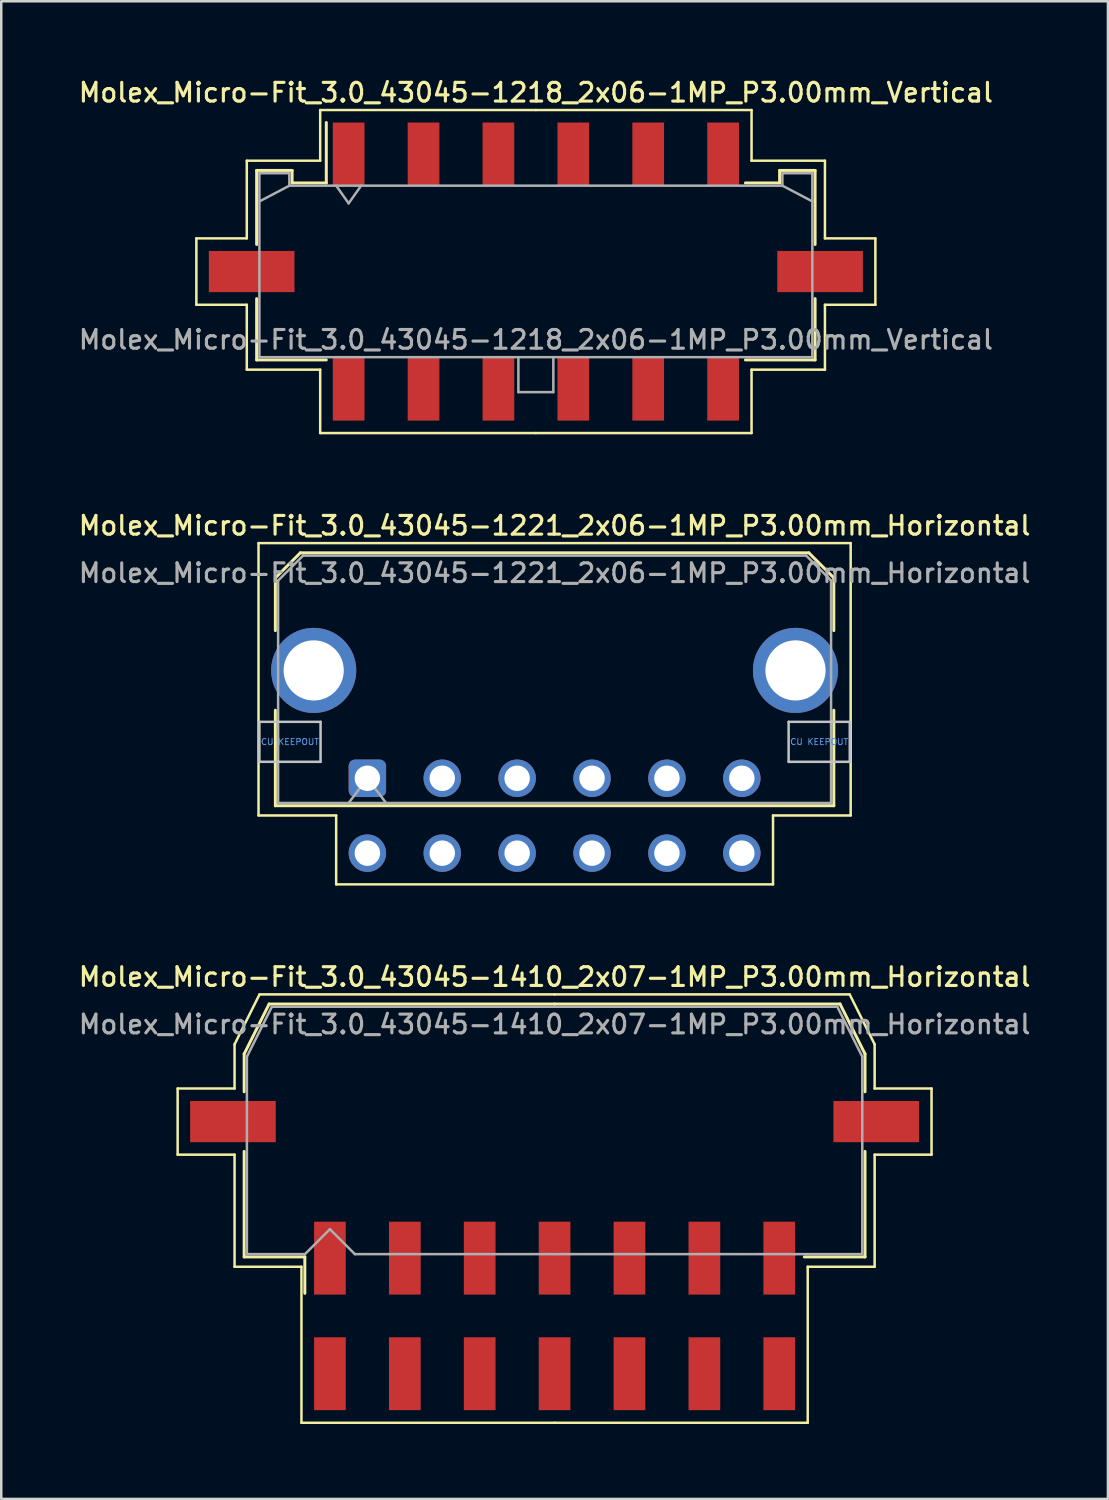
<source format=kicad_pcb>
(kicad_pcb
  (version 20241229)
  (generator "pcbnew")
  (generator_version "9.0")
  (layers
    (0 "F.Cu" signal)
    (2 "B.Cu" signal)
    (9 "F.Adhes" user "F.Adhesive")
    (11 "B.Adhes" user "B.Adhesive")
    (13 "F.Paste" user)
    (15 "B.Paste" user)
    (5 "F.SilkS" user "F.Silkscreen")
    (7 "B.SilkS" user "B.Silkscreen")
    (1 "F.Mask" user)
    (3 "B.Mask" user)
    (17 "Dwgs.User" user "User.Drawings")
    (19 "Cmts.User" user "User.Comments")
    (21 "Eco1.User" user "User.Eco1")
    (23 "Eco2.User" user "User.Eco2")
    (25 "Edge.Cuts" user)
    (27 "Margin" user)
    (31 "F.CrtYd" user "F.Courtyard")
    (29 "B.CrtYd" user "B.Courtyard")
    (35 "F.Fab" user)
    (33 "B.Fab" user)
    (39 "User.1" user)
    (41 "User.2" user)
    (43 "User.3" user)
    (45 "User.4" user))
  (footprint "Molex_Micro-Fit_3.0_43045-1221_2x06-1MP_P3.00mm_Horizontal"
    (layer "F.Cu")
    (at 11.666 28.126)
    (property "Reference" "Molex_Micro-Fit_3.0_43045-1221_2x06-1MP_P3.00mm_Horizontal" (at 7.5 -10.12 0) (layer "F.SilkS") (effects (font (size 0.75 0.75) (thickness 0.125))))
    (attr through_hole)
    (fp_line (start -4.36 -9.42) (end 19.36 -9.42) (stroke (width 0.1) (type solid)) (layer "F.SilkS"))
    (fp_line (start -4.36 1.49) (end -4.36 -9.42) (stroke (width 0.1) (type solid)) (layer "F.SilkS"))
    (fp_line (start -3.685 -8.03) (end -2.685 -9.03) (stroke (width 0.12) (type solid)) (layer "F.SilkS"))
    (fp_line (start -3.685 -5.915) (end -3.685 -8.03) (stroke (width 0.12) (type solid)) (layer "F.SilkS"))
    (fp_line (start -3.685 -2.725) (end -3.685 1.1) (stroke (width 0.12) (type solid)) (layer "F.SilkS"))
    (fp_line (start -3.685 1.1) (end 18.685 1.1) (stroke (width 0.12) (type solid)) (layer "F.SilkS"))
    (fp_line (start -2.685 -9.03) (end 17.685 -9.03) (stroke (width 0.12) (type solid)) (layer "F.SilkS"))
    (fp_line (start -1.25 1.49) (end -4.36 1.49) (stroke (width 0.1) (type solid)) (layer "F.SilkS"))
    (fp_line (start -1.25 4.25) (end -1.25 1.49) (stroke (width 0.1) (type solid)) (layer "F.SilkS"))
    (fp_line (start 16.25 1.49) (end 16.25 4.25) (stroke (width 0.1) (type solid)) (layer "F.SilkS"))
    (fp_line (start 16.25 4.25) (end -1.25 4.25) (stroke (width 0.1) (type solid)) (layer "F.SilkS"))
    (fp_line (start 17.685 -9.03) (end 18.685 -8.03) (stroke (width 0.12) (type solid)) (layer "F.SilkS"))
    (fp_line (start 18.685 -8.03) (end 18.685 -5.915) (stroke (width 0.12) (type solid)) (layer "F.SilkS"))
    (fp_line (start 18.685 1.1) (end 18.685 -2.725) (stroke (width 0.12) (type solid)) (layer "F.SilkS"))
    (fp_line (start 19.36 -9.42) (end 19.36 1.49) (stroke (width 0.1) (type solid)) (layer "F.SilkS"))
    (fp_line (start 19.36 1.49) (end 16.25 1.49) (stroke (width 0.1) (type solid)) (layer "F.SilkS"))
    (fp_line (start -4.325 -2.26) (end -4.325 -0.66) (stroke (width 0.1) (type solid)) (layer "Dwgs.User"))
    (fp_line (start -4.325 -0.66) (end -1.875 -0.66) (stroke (width 0.1) (type solid)) (layer "Dwgs.User"))
    (fp_line (start -1.875 -2.26) (end -4.325 -2.26) (stroke (width 0.1) (type solid)) (layer "Dwgs.User"))
    (fp_line (start -1.875 -0.66) (end -1.875 -2.26) (stroke (width 0.1) (type solid)) (layer "Dwgs.User"))
    (fp_line (start 16.875 -2.26) (end 16.875 -0.66) (stroke (width 0.1) (type solid)) (layer "Dwgs.User"))
    (fp_line (start 16.875 -0.66) (end 19.325 -0.66) (stroke (width 0.1) (type solid)) (layer "Dwgs.User"))
    (fp_line (start 19.325 -2.26) (end 16.875 -2.26) (stroke (width 0.1) (type solid)) (layer "Dwgs.User"))
    (fp_line (start 19.325 -0.66) (end 19.325 -2.26) (stroke (width 0.1) (type solid)) (layer "Dwgs.User"))
    (fp_line (start -3.575 -7.92) (end -2.575 -8.92) (stroke (width 0.1) (type solid)) (layer "F.Fab"))
    (fp_line (start -3.575 0.99) (end -3.575 -7.92) (stroke (width 0.1) (type solid)) (layer "F.Fab"))
    (fp_line (start -2.575 -8.92) (end 17.575 -8.92) (stroke (width 0.1) (type solid)) (layer "F.Fab"))
    (fp_line (start -0.75 0.99) (end 0 0) (stroke (width 0.1) (type solid)) (layer "F.Fab"))
    (fp_line (start 0 0) (end 0.75 0.99) (stroke (width 0.1) (type solid)) (layer "F.Fab"))
    (fp_line (start 17.575 -8.92) (end 18.575 -7.92) (stroke (width 0.1) (type solid)) (layer "F.Fab"))
    (fp_line (start 18.575 -7.92) (end 18.575 0.99) (stroke (width 0.1) (type solid)) (layer "F.Fab"))
    (fp_line (start 18.575 0.99) (end -3.575 0.99) (stroke (width 0.1) (type solid)) (layer "F.Fab"))
    (fp_text user "CU KEEPOUT" (at 18.1 -1.46 0) (layer "Cmts.User") (effects (font (size 0.245 0.245) (thickness 0.037))))
    (fp_text user "CU KEEPOUT" (at -3.1 -1.46 0) (layer "Cmts.User") (effects (font (size 0.245 0.245) (thickness 0.037))))
    (fp_text user "${REFERENCE}" (at 7.5 -8.22 0) (layer "F.Fab") (effects (font (size 0.75 0.75) (thickness 0.125))))
    (pad "1" thru_hole roundrect (at 0 0) (size 1.5 1.5) (drill 1.02) (layers "*.Cu" "*.Mask") (roundrect_rratio 0.167))
    (pad "2" thru_hole circle (at 3 0) (size 1.5 1.5) (drill 1.02) (layers "*.Cu" "*.Mask"))
    (pad "3" thru_hole circle (at 6 0) (size 1.5 1.5) (drill 1.02) (layers "*.Cu" "*.Mask"))
    (pad "4" thru_hole circle (at 9 0) (size 1.5 1.5) (drill 1.02) (layers "*.Cu" "*.Mask"))
    (pad "5" thru_hole circle (at 12 0) (size 1.5 1.5) (drill 1.02) (layers "*.Cu" "*.Mask"))
    (pad "6" thru_hole circle (at 15 0) (size 1.5 1.5) (drill 1.02) (layers "*.Cu" "*.Mask"))
    (pad "7" thru_hole circle (at 0 3) (size 1.5 1.5) (drill 1.02) (layers "*.Cu" "*.Mask"))
    (pad "8" thru_hole circle (at 3 3) (size 1.5 1.5) (drill 1.02) (layers "*.Cu" "*.Mask"))
    (pad "9" thru_hole circle (at 6 3) (size 1.5 1.5) (drill 1.02) (layers "*.Cu" "*.Mask"))
    (pad "10" thru_hole circle (at 9 3) (size 1.5 1.5) (drill 1.02) (layers "*.Cu" "*.Mask"))
    (pad "11" thru_hole circle (at 12 3) (size 1.5 1.5) (drill 1.02) (layers "*.Cu" "*.Mask"))
    (pad "12" thru_hole circle (at 15 3) (size 1.5 1.5) (drill 1.02) (layers "*.Cu" "*.Mask"))
    (pad "MP" thru_hole circle (at -2.15 -4.32) (size 3.41 3.41) (drill 2.41) (layers "*.Cu" "*.Mask"))
    (pad "MP" thru_hole circle (at 17.15 -4.32) (size 3.41 3.41) (drill 2.41) (layers "*.Cu" "*.Mask")))
  (footprint "Molex_Micro-Fit_3.0_43045-1218_2x06-1MP_P3.00mm_Vertical"
    (layer "F.Cu")
    (at 18.416 7.828)
    (property "Reference" "Molex_Micro-Fit_3.0_43045-1218_2x06-1MP_P3.00mm_Vertical" (at 0 -7.17 0) (layer "F.SilkS") (effects (font (size 0.75 0.75) (thickness 0.125))))
    (attr smd)
    (fp_line (start -13.6 -1.33) (end -13.6 1.33) (stroke (width 0.1) (type solid)) (layer "F.SilkS"))
    (fp_line (start -13.6 1.33) (end -11.58 1.33) (stroke (width 0.1) (type solid)) (layer "F.SilkS"))
    (fp_line (start -11.58 -4.44) (end -11.58 -1.33) (stroke (width 0.1) (type solid)) (layer "F.SilkS"))
    (fp_line (start -11.58 -1.33) (end -13.6 -1.33) (stroke (width 0.1) (type solid)) (layer "F.SilkS"))
    (fp_line (start -11.58 1.33) (end -11.58 3.93) (stroke (width 0.1) (type solid)) (layer "F.SilkS"))
    (fp_line (start -11.58 3.93) (end -8.64 3.93) (stroke (width 0.1) (type solid)) (layer "F.SilkS"))
    (fp_line (start -11.185 -4.05) (end -9.765 -4.05) (stroke (width 0.12) (type solid)) (layer "F.SilkS"))
    (fp_line (start -11.185 -1.085) (end -11.185 -4.05) (stroke (width 0.12) (type solid)) (layer "F.SilkS"))
    (fp_line (start -11.185 1.085) (end -11.185 3.54) (stroke (width 0.12) (type solid)) (layer "F.SilkS"))
    (fp_line (start -11.185 3.54) (end -8.395 3.54) (stroke (width 0.12) (type solid)) (layer "F.SilkS"))
    (fp_line (start -9.765 -4.05) (end -9.765 -3.55) (stroke (width 0.12) (type solid)) (layer "F.SilkS"))
    (fp_line (start -9.765 -3.55) (end -8.395 -3.55) (stroke (width 0.12) (type solid)) (layer "F.SilkS"))
    (fp_line (start -8.64 -6.47) (end -8.64 -4.44) (stroke (width 0.1) (type solid)) (layer "F.SilkS"))
    (fp_line (start -8.64 -4.44) (end -11.58 -4.44) (stroke (width 0.1) (type solid)) (layer "F.SilkS"))
    (fp_line (start -8.64 3.93) (end -8.64 6.47) (stroke (width 0.1) (type solid)) (layer "F.SilkS"))
    (fp_line (start -8.64 6.47) (end 0 6.47) (stroke (width 0.1) (type solid)) (layer "F.SilkS"))
    (fp_line (start -8.395 -3.55) (end -8.395 -5.97) (stroke (width 0.12) (type solid)) (layer "F.SilkS"))
    (fp_line (start 0 -6.47) (end -8.64 -6.47) (stroke (width 0.1) (type solid)) (layer "F.SilkS"))
    (fp_line (start 0 -6.47) (end 8.64 -6.47) (stroke (width 0.1) (type solid)) (layer "F.SilkS"))
    (fp_line (start 8.64 -6.47) (end 8.64 -4.44) (stroke (width 0.1) (type solid)) (layer "F.SilkS"))
    (fp_line (start 8.64 -4.44) (end 11.58 -4.44) (stroke (width 0.1) (type solid)) (layer "F.SilkS"))
    (fp_line (start 8.64 3.93) (end 8.64 6.47) (stroke (width 0.1) (type solid)) (layer "F.SilkS"))
    (fp_line (start 8.64 6.47) (end 0 6.47) (stroke (width 0.1) (type solid)) (layer "F.SilkS"))
    (fp_line (start 9.765 -4.05) (end 9.765 -3.55) (stroke (width 0.12) (type solid)) (layer "F.SilkS"))
    (fp_line (start 9.765 -3.55) (end 8.395 -3.55) (stroke (width 0.12) (type solid)) (layer "F.SilkS"))
    (fp_line (start 11.185 -4.05) (end 9.765 -4.05) (stroke (width 0.12) (type solid)) (layer "F.SilkS"))
    (fp_line (start 11.185 -1.085) (end 11.185 -4.05) (stroke (width 0.12) (type solid)) (layer "F.SilkS"))
    (fp_line (start 11.185 1.085) (end 11.185 3.54) (stroke (width 0.12) (type solid)) (layer "F.SilkS"))
    (fp_line (start 11.185 3.54) (end 8.395 3.54) (stroke (width 0.12) (type solid)) (layer "F.SilkS"))
    (fp_line (start 11.58 -4.44) (end 11.58 -1.33) (stroke (width 0.1) (type solid)) (layer "F.SilkS"))
    (fp_line (start 11.58 -1.33) (end 13.6 -1.33) (stroke (width 0.1) (type solid)) (layer "F.SilkS"))
    (fp_line (start 11.58 1.33) (end 11.58 3.93) (stroke (width 0.1) (type solid)) (layer "F.SilkS"))
    (fp_line (start 11.58 3.93) (end 8.64 3.93) (stroke (width 0.1) (type solid)) (layer "F.SilkS"))
    (fp_line (start 13.6 -1.33) (end 13.6 1.33) (stroke (width 0.1) (type solid)) (layer "F.SilkS"))
    (fp_line (start 13.6 1.33) (end 11.58 1.33) (stroke (width 0.1) (type solid)) (layer "F.SilkS"))
    (fp_line (start -11.075 -3.94) (end -11.075 3.43) (stroke (width 0.1) (type solid)) (layer "F.Fab"))
    (fp_line (start -11.075 -2.81) (end -9.875 -3.44) (stroke (width 0.1) (type solid)) (layer "F.Fab"))
    (fp_line (start -11.075 3.43) (end 11.075 3.43) (stroke (width 0.1) (type solid)) (layer "F.Fab"))
    (fp_line (start -9.875 -3.94) (end -11.075 -3.94) (stroke (width 0.1) (type solid)) (layer "F.Fab"))
    (fp_line (start -9.875 -3.44) (end -9.875 -3.94) (stroke (width 0.1) (type solid)) (layer "F.Fab"))
    (fp_line (start -8 -3.44) (end -7.5 -2.733) (stroke (width 0.1) (type solid)) (layer "F.Fab"))
    (fp_line (start -7.5 -2.733) (end -7 -3.44) (stroke (width 0.1) (type solid)) (layer "F.Fab"))
    (fp_line (start -0.7 3.43) (end -0.7 4.83) (stroke (width 0.1) (type solid)) (layer "F.Fab"))
    (fp_line (start -0.7 4.83) (end 0.7 4.83) (stroke (width 0.1) (type solid)) (layer "F.Fab"))
    (fp_line (start 0.7 4.83) (end 0.7 3.43) (stroke (width 0.1) (type solid)) (layer "F.Fab"))
    (fp_line (start 9.875 -3.94) (end 9.875 -3.44) (stroke (width 0.1) (type solid)) (layer "F.Fab"))
    (fp_line (start 9.875 -3.44) (end -9.875 -3.44) (stroke (width 0.1) (type solid)) (layer "F.Fab"))
    (fp_line (start 11.075 -3.94) (end 9.875 -3.94) (stroke (width 0.1) (type solid)) (layer "F.Fab"))
    (fp_line (start 11.075 -2.81) (end 9.875 -3.44) (stroke (width 0.1) (type solid)) (layer "F.Fab"))
    (fp_line (start 11.075 3.43) (end 11.075 -3.94) (stroke (width 0.1) (type solid)) (layer "F.Fab"))
    (fp_text user "${REFERENCE}" (at 0 2.73 0) (layer "F.Fab") (effects (font (size 0.75 0.75) (thickness 0.125))))
    (pad "1" smd rect (at -7.5 -4.7) (size 1.27 2.54) (layers "F.Cu" "F.Mask" "F.Paste"))
    (pad "2" smd rect (at -4.5 -4.7) (size 1.27 2.54) (layers "F.Cu" "F.Mask" "F.Paste"))
    (pad "3" smd rect (at -1.5 -4.7) (size 1.27 2.54) (layers "F.Cu" "F.Mask" "F.Paste"))
    (pad "4" smd rect (at 1.5 -4.7) (size 1.27 2.54) (layers "F.Cu" "F.Mask" "F.Paste"))
    (pad "5" smd rect (at 4.5 -4.7) (size 1.27 2.54) (layers "F.Cu" "F.Mask" "F.Paste"))
    (pad "6" smd rect (at 7.5 -4.7) (size 1.27 2.54) (layers "F.Cu" "F.Mask" "F.Paste"))
    (pad "7" smd rect (at -7.5 4.7) (size 1.27 2.54) (layers "F.Cu" "F.Mask" "F.Paste"))
    (pad "8" smd rect (at -4.5 4.7) (size 1.27 2.54) (layers "F.Cu" "F.Mask" "F.Paste"))
    (pad "9" smd rect (at -1.5 4.7) (size 1.27 2.54) (layers "F.Cu" "F.Mask" "F.Paste"))
    (pad "10" smd rect (at 1.5 4.7) (size 1.27 2.54) (layers "F.Cu" "F.Mask" "F.Paste"))
    (pad "11" smd rect (at 4.5 4.7) (size 1.27 2.54) (layers "F.Cu" "F.Mask" "F.Paste"))
    (pad "12" smd rect (at 7.5 4.7) (size 1.27 2.54) (layers "F.Cu" "F.Mask" "F.Paste"))
    (pad "MP" smd rect (at -11.385 0) (size 3.43 1.65) (layers "F.Cu" "F.Mask" "F.Paste"))
    (pad "MP" smd rect (at 11.385 0) (size 3.43 1.65) (layers "F.Cu" "F.Mask" "F.Paste")))
  (footprint "Molex_Micro-Fit_3.0_43045-1410_2x07-1MP_P3.00mm_Horizontal"
    (layer "F.Cu")
    (at 19.166 49.664)
    (property "Reference" "Molex_Micro-Fit_3.0_43045-1410_2x07-1MP_P3.00mm_Horizontal" (at 0 -13.58 0) (layer "F.SilkS") (effects (font (size 0.75 0.75) (thickness 0.125))))
    (attr smd)
    (fp_line (start -15.1 -9.11) (end -15.1 -6.46) (stroke (width 0.1) (type solid)) (layer "F.SilkS"))
    (fp_line (start -15.1 -6.46) (end -12.82 -6.46) (stroke (width 0.1) (type solid)) (layer "F.SilkS"))
    (fp_line (start -12.82 -10.88) (end -12.82 -9.11) (stroke (width 0.1) (type solid)) (layer "F.SilkS"))
    (fp_line (start -12.82 -9.11) (end -15.1 -9.11) (stroke (width 0.1) (type solid)) (layer "F.SilkS"))
    (fp_line (start -12.82 -6.46) (end -12.82 -1.97) (stroke (width 0.1) (type solid)) (layer "F.SilkS"))
    (fp_line (start -12.82 -1.97) (end -10.14 -1.97) (stroke (width 0.1) (type solid)) (layer "F.SilkS"))
    (fp_line (start -12.435 -10.495) (end -12.435 -8.98) (stroke (width 0.12) (type solid)) (layer "F.SilkS"))
    (fp_line (start -12.435 -6.59) (end -12.435 -2.365) (stroke (width 0.12) (type solid)) (layer "F.SilkS"))
    (fp_line (start -12.435 -2.365) (end -10.005 -2.365) (stroke (width 0.12) (type solid)) (layer "F.SilkS"))
    (fp_line (start -11.82 -12.88) (end -12.82 -10.88) (stroke (width 0.1) (type solid)) (layer "F.SilkS"))
    (fp_line (start -11.435 -12.495) (end -12.435 -10.495) (stroke (width 0.12) (type solid)) (layer "F.SilkS"))
    (fp_line (start -10.14 -1.97) (end -10.14 4.28) (stroke (width 0.1) (type solid)) (layer "F.SilkS"))
    (fp_line (start -10.14 4.28) (end 0 4.28) (stroke (width 0.1) (type solid)) (layer "F.SilkS"))
    (fp_line (start -10.005 -2.365) (end -10.005 -0.905) (stroke (width 0.12) (type solid)) (layer "F.SilkS"))
    (fp_line (start 0 -12.88) (end -11.82 -12.88) (stroke (width 0.1) (type solid)) (layer "F.SilkS"))
    (fp_line (start 0 -12.88) (end 11.82 -12.88) (stroke (width 0.1) (type solid)) (layer "F.SilkS"))
    (fp_line (start 0 -12.495) (end -11.435 -12.495) (stroke (width 0.12) (type solid)) (layer "F.SilkS"))
    (fp_line (start 0 -12.495) (end 11.435 -12.495) (stroke (width 0.12) (type solid)) (layer "F.SilkS"))
    (fp_line (start 10.14 -1.97) (end 10.14 4.28) (stroke (width 0.1) (type solid)) (layer "F.SilkS"))
    (fp_line (start 10.14 4.28) (end 0 4.28) (stroke (width 0.1) (type solid)) (layer "F.SilkS"))
    (fp_line (start 11.435 -12.495) (end 12.435 -10.495) (stroke (width 0.12) (type solid)) (layer "F.SilkS"))
    (fp_line (start 11.82 -12.88) (end 12.82 -10.88) (stroke (width 0.1) (type solid)) (layer "F.SilkS"))
    (fp_line (start 12.435 -10.495) (end 12.435 -8.98) (stroke (width 0.12) (type solid)) (layer "F.SilkS"))
    (fp_line (start 12.435 -6.59) (end 12.435 -2.365) (stroke (width 0.12) (type solid)) (layer "F.SilkS"))
    (fp_line (start 12.435 -2.365) (end 10.005 -2.365) (stroke (width 0.12) (type solid)) (layer "F.SilkS"))
    (fp_line (start 12.82 -10.88) (end 12.82 -9.11) (stroke (width 0.1) (type solid)) (layer "F.SilkS"))
    (fp_line (start 12.82 -9.11) (end 15.1 -9.11) (stroke (width 0.1) (type solid)) (layer "F.SilkS"))
    (fp_line (start 12.82 -6.46) (end 12.82 -1.97) (stroke (width 0.1) (type solid)) (layer "F.SilkS"))
    (fp_line (start 12.82 -1.97) (end 10.14 -1.97) (stroke (width 0.1) (type solid)) (layer "F.SilkS"))
    (fp_line (start 15.1 -9.11) (end 15.1 -6.46) (stroke (width 0.1) (type solid)) (layer "F.SilkS"))
    (fp_line (start 15.1 -6.46) (end 12.82 -6.46) (stroke (width 0.1) (type solid)) (layer "F.SilkS"))
    (fp_line (start -12.325 -10.385) (end -12.325 -8.61) (stroke (width 0.1) (type solid)) (layer "F.Fab"))
    (fp_line (start -12.325 -8.61) (end -12.325 -2.475) (stroke (width 0.1) (type solid)) (layer "F.Fab"))
    (fp_line (start -12.325 -2.475) (end -10 -2.475) (stroke (width 0.1) (type solid)) (layer "F.Fab"))
    (fp_line (start -11.325 -12.385) (end -12.325 -10.385) (stroke (width 0.1) (type solid)) (layer "F.Fab"))
    (fp_line (start -10 -2.475) (end -9 -3.475) (stroke (width 0.1) (type solid)) (layer "F.Fab"))
    (fp_line (start -9 -3.475) (end -8 -2.475) (stroke (width 0.1) (type solid)) (layer "F.Fab"))
    (fp_line (start -8 -2.475) (end 0 -2.475) (stroke (width 0.1) (type solid)) (layer "F.Fab"))
    (fp_line (start 0 -12.385) (end -11.325 -12.385) (stroke (width 0.1) (type solid)) (layer "F.Fab"))
    (fp_line (start 0 -12.385) (end 11.325 -12.385) (stroke (width 0.1) (type solid)) (layer "F.Fab"))
    (fp_line (start 9.635 -2.475) (end 0 -2.475) (stroke (width 0.1) (type solid)) (layer "F.Fab"))
    (fp_line (start 11.325 -12.385) (end 12.325 -10.385) (stroke (width 0.1) (type solid)) (layer "F.Fab"))
    (fp_line (start 12.325 -10.385) (end 12.325 -8.61) (stroke (width 0.1) (type solid)) (layer "F.Fab"))
    (fp_line (start 12.325 -8.61) (end 12.325 -2.475) (stroke (width 0.1) (type solid)) (layer "F.Fab"))
    (fp_line (start 12.325 -2.475) (end 9.635 -2.475) (stroke (width 0.1) (type solid)) (layer "F.Fab"))
    (fp_text user "${REFERENCE}" (at 0 -11.68 0) (layer "F.Fab") (effects (font (size 0.75 0.75) (thickness 0.125))))
    (pad "1" smd rect (at -9 -2.315) (size 1.27 2.92) (layers "F.Cu" "F.Mask" "F.Paste"))
    (pad "2" smd rect (at -6 -2.315) (size 1.27 2.92) (layers "F.Cu" "F.Mask" "F.Paste"))
    (pad "3" smd rect (at -3 -2.315) (size 1.27 2.92) (layers "F.Cu" "F.Mask" "F.Paste"))
    (pad "4" smd rect (at 0 -2.315) (size 1.27 2.92) (layers "F.Cu" "F.Mask" "F.Paste"))
    (pad "5" smd rect (at 3 -2.315) (size 1.27 2.92) (layers "F.Cu" "F.Mask" "F.Paste"))
    (pad "6" smd rect (at 6 -2.315) (size 1.27 2.92) (layers "F.Cu" "F.Mask" "F.Paste"))
    (pad "7" smd rect (at 9 -2.315) (size 1.27 2.92) (layers "F.Cu" "F.Mask" "F.Paste"))
    (pad "8" smd rect (at -9 2.315) (size 1.27 2.92) (layers "F.Cu" "F.Mask" "F.Paste"))
    (pad "9" smd rect (at -6 2.315) (size 1.27 2.92) (layers "F.Cu" "F.Mask" "F.Paste"))
    (pad "10" smd rect (at -3 2.315) (size 1.27 2.92) (layers "F.Cu" "F.Mask" "F.Paste"))
    (pad "11" smd rect (at 0 2.315) (size 1.27 2.92) (layers "F.Cu" "F.Mask" "F.Paste"))
    (pad "12" smd rect (at 3 2.315) (size 1.27 2.92) (layers "F.Cu" "F.Mask" "F.Paste"))
    (pad "13" smd rect (at 6 2.315) (size 1.27 2.92) (layers "F.Cu" "F.Mask" "F.Paste"))
    (pad "14" smd rect (at 9 2.315) (size 1.27 2.92) (layers "F.Cu" "F.Mask" "F.Paste"))
    (pad "MP" smd rect (at -12.885 -7.785) (size 3.43 1.65) (layers "F.Cu" "F.Mask" "F.Paste"))
    (pad "MP" smd rect (at 12.885 -7.785) (size 3.43 1.65) (layers "F.Cu" "F.Mask" "F.Paste")))
  (gr_rect
    (start -3 -3)
    (end 41.332 56.994)
    (stroke (width 0.1) (type default))
    (fill no)
    (layer "Edge.Cuts")))
</source>
